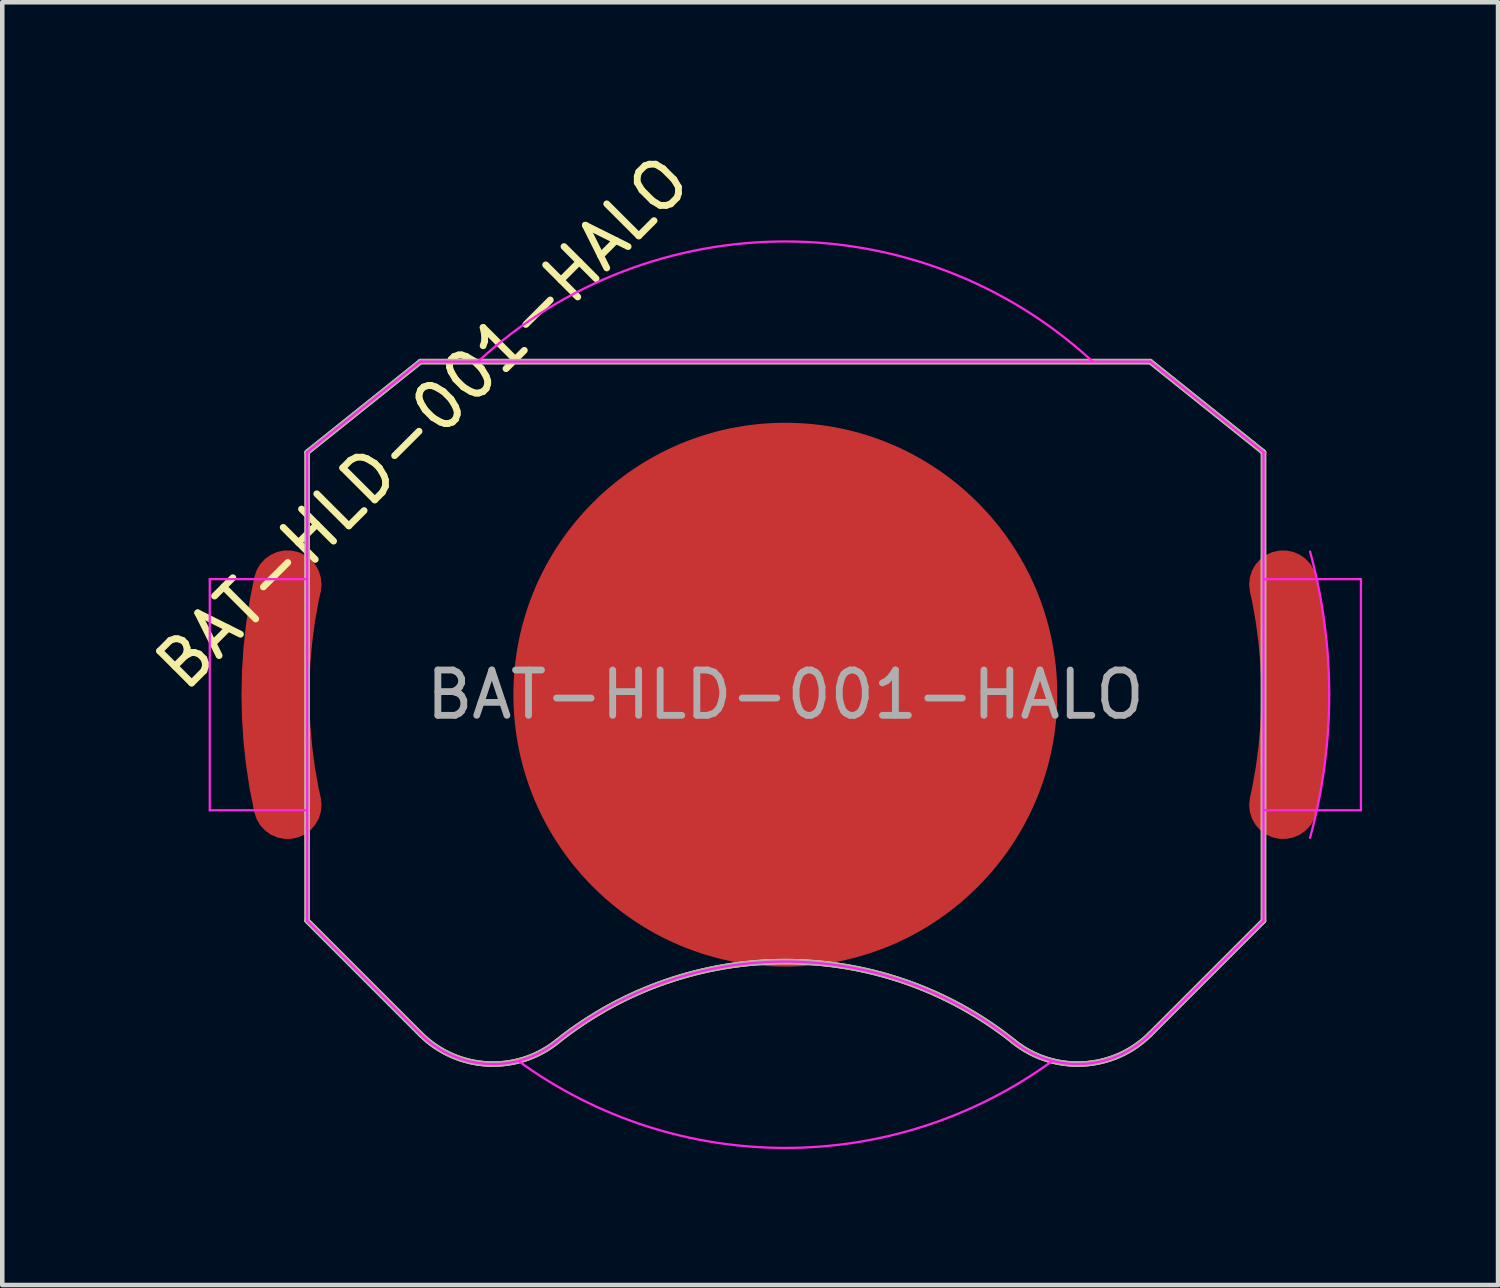
<source format=kicad_pcb>
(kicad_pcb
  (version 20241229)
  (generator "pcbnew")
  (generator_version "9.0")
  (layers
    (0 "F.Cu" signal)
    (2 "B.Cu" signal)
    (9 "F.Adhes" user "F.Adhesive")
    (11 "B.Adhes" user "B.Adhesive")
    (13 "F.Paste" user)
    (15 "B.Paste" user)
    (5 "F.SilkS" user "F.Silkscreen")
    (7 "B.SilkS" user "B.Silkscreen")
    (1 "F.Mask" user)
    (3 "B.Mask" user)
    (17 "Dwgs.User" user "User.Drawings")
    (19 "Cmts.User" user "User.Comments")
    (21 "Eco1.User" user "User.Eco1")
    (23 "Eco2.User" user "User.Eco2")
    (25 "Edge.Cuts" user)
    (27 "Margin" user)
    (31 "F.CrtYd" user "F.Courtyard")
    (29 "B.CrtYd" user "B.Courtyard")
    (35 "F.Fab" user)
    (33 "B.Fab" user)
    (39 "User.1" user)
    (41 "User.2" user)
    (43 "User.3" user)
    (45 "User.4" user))
  (footprint "BAT-HLD-001-HALO"
    (layer "F.Cu")
    (at 14.278 12.278)
    (property "Reference" "BAT-HLD-001-HALO" (at -8 -6 45) (layer "F.SilkS") (effects (font (size 1 1) (thickness 0.15))))
    (attr through_hole)
    (fp_line (start -10.55 -5.35) (end -10.55 4.988) (stroke (width 0.12) (type solid)) (layer "F.SilkS"))
    (fp_line (start -10.55 4.988) (end -8.05 7.488) (stroke (width 0.12) (type solid)) (layer "F.SilkS"))
    (fp_line (start -8.05 -7.35) (end -10.55 -5.35) (stroke (width 0.12) (type solid)) (layer "F.SilkS"))
    (fp_line (start -8.05 -7.35) (end 8.05 -7.35) (stroke (width 0.12) (type solid)) (layer "F.SilkS"))
    (fp_line (start 8.05 -7.35) (end 10.55 -5.35) (stroke (width 0.12) (type solid)) (layer "F.SilkS"))
    (fp_line (start 10.55 -5.35) (end 10.55 4.988) (stroke (width 0.12) (type solid)) (layer "F.SilkS"))
    (fp_line (start 10.55 4.988) (end 8.05 7.488) (stroke (width 0.12) (type solid)) (layer "F.SilkS"))
    (fp_arc (start -5.040204 7.656274) (mid -6.577231 8.146802) (end -8.05 7.488) (stroke (width 0.12) (type solid)) (layer "F.SilkS"))
    (fp_arc (start -5.04 7.655) (mid -0.004054 5.888597) (end 5.033663 7.649941) (stroke (width 0.12) (type solid)) (layer "F.SilkS"))
    (fp_arc (start 8.05 7.488) (mid 6.577231 8.146802) (end 5.040204 7.656274) (stroke (width 0.12) (type solid)) (layer "F.SilkS"))
    (fp_line (start -12.7 -2.55) (end -12.7 2.55) (stroke (width 0.05) (type solid)) (layer "F.CrtYd"))
    (fp_line (start -12.7 -2.55) (end -10.55 -2.55) (stroke (width 0.05) (type solid)) (layer "F.CrtYd"))
    (fp_line (start -12.7 2.55) (end -10.55 2.55) (stroke (width 0.05) (type solid)) (layer "F.CrtYd"))
    (fp_line (start -10.55 -5.35) (end -10.55 4.988) (stroke (width 0.05) (type solid)) (layer "F.CrtYd"))
    (fp_line (start -10.55 4.988) (end -8.05 7.488) (stroke (width 0.05) (type solid)) (layer "F.CrtYd"))
    (fp_line (start -8.05 -7.35) (end -10.55 -5.35) (stroke (width 0.05) (type solid)) (layer "F.CrtYd"))
    (fp_line (start -8.05 -7.35) (end 8.05 -7.35) (stroke (width 0.05) (type solid)) (layer "F.CrtYd"))
    (fp_line (start 8.05 -7.35) (end 10.55 -5.35) (stroke (width 0.05) (type solid)) (layer "F.CrtYd"))
    (fp_line (start 10.55 -5.35) (end 10.55 4.988) (stroke (width 0.05) (type solid)) (layer "F.CrtYd"))
    (fp_line (start 10.55 -2.55) (end 12.7 -2.55) (stroke (width 0.05) (type solid)) (layer "F.CrtYd"))
    (fp_line (start 10.55 4.988) (end 8.05 7.488) (stroke (width 0.05) (type solid)) (layer "F.CrtYd"))
    (fp_line (start 12.7 -2.55) (end 12.7 2.55) (stroke (width 0.05) (type solid)) (layer "F.CrtYd"))
    (fp_line (start 12.7 2.55) (end 10.55 2.55) (stroke (width 0.05) (type solid)) (layer "F.CrtYd"))
    (fp_arc (start -6.76966 -7.360446) (mid 0.007709 -10.00022) (end 6.781 -7.35) (stroke (width 0.05) (type solid)) (layer "F.CrtYd"))
    (fp_arc (start -5.040204 7.656274) (mid -6.577231 8.146802) (end -8.05 7.488) (stroke (width 0.05) (type solid)) (layer "F.CrtYd"))
    (fp_arc (start -5.04 7.655) (mid -0.004054 5.888597) (end 5.033663 7.649941) (stroke (width 0.05) (type solid)) (layer "F.CrtYd"))
    (fp_arc (start 5.892 8.08) (mid -0.00003 10.000103) (end -5.892049 8.079964) (stroke (width 0.05) (type solid)) (layer "F.CrtYd"))
    (fp_arc (start 8.05 7.488) (mid 6.577231 8.146802) (end 5.040204 7.656274) (stroke (width 0.05) (type solid)) (layer "F.CrtYd"))
    (fp_arc (start 11.577166 -3.157409) (mid 11.893822 -1.592798) (end 12 0) (stroke (width 0.05) (type solid)) (layer "F.CrtYd"))
    (fp_arc (start 12 0) (mid 11.893822 1.592798) (end 11.577166 3.157409) (stroke (width 0.05) (type solid)) (layer "F.CrtYd"))
    (fp_line (start -10.55 -5.35) (end -10.55 4.988) (stroke (width 0.12) (type solid)) (layer "F.Fab"))
    (fp_line (start -10.55 4.988) (end -8.05 7.488) (stroke (width 0.12) (type solid)) (layer "F.Fab"))
    (fp_line (start -8.05 -7.35) (end -10.55 -5.35) (stroke (width 0.12) (type solid)) (layer "F.Fab"))
    (fp_line (start -8.05 -7.35) (end 8.05 -7.35) (stroke (width 0.12) (type solid)) (layer "F.Fab"))
    (fp_line (start 8.05 -7.35) (end 10.55 -5.35) (stroke (width 0.12) (type solid)) (layer "F.Fab"))
    (fp_line (start 10.55 -5.35) (end 10.55 4.988) (stroke (width 0.12) (type solid)) (layer "F.Fab"))
    (fp_line (start 10.55 4.988) (end 8.05 7.488) (stroke (width 0.12) (type solid)) (layer "F.Fab"))
    (fp_arc (start -5.040204 7.656274) (mid -6.577231 8.146802) (end -8.05 7.488) (stroke (width 0.12) (type solid)) (layer "F.Fab"))
    (fp_arc (start -5.04 7.655) (mid -0.004054 5.888597) (end 5.033663 7.649941) (stroke (width 0.12) (type solid)) (layer "F.Fab"))
    (fp_arc (start 8.05 7.488) (mid 6.577231 8.146802) (end 5.040204 7.656274) (stroke (width 0.12) (type solid)) (layer "F.Fab"))
    (fp_text user "${REFERENCE}" (at 0 0 0) (layer "F.Fab") (effects (font (size 1 1) (thickness 0.15))))
    (pad "1" smd custom (at -11.25 0 180) (size 1.5 1.5) (layers "F.Cu" "F.Mask" "F.Paste") (options (anchor circle)) (primitives (gr_arc (start 0 0) (mid -0.066866 1.224753) (end -0.26667 2.434946) (width 1.5)) (gr_arc (start -0.26667 -2.434946) (mid -0.066866 -1.224753) (end 0 0) (width 1.5))))
    (pad "1" smd custom (at 11.25 0) (size 1.5 1.5) (layers "F.Cu" "F.Mask" "F.Paste") (options (anchor circle)) (primitives (gr_arc (start 0 0) (mid -0.066866 1.224753) (end -0.26667 2.434946) (width 1.5)) (gr_arc (start -0.26667 -2.434946) (mid -0.066866 -1.224753) (end 0 0) (width 1.5))))
    (pad "2" smd circle (at 0 0) (size 12 12) (layers "F.Cu" "F.Mask")))
  (gr_rect
    (start -3 -3)
    (end 30.003 25.303)
    (stroke (width 0.1) (type default))
    (fill no)
    (layer "Edge.Cuts")))
</source>
